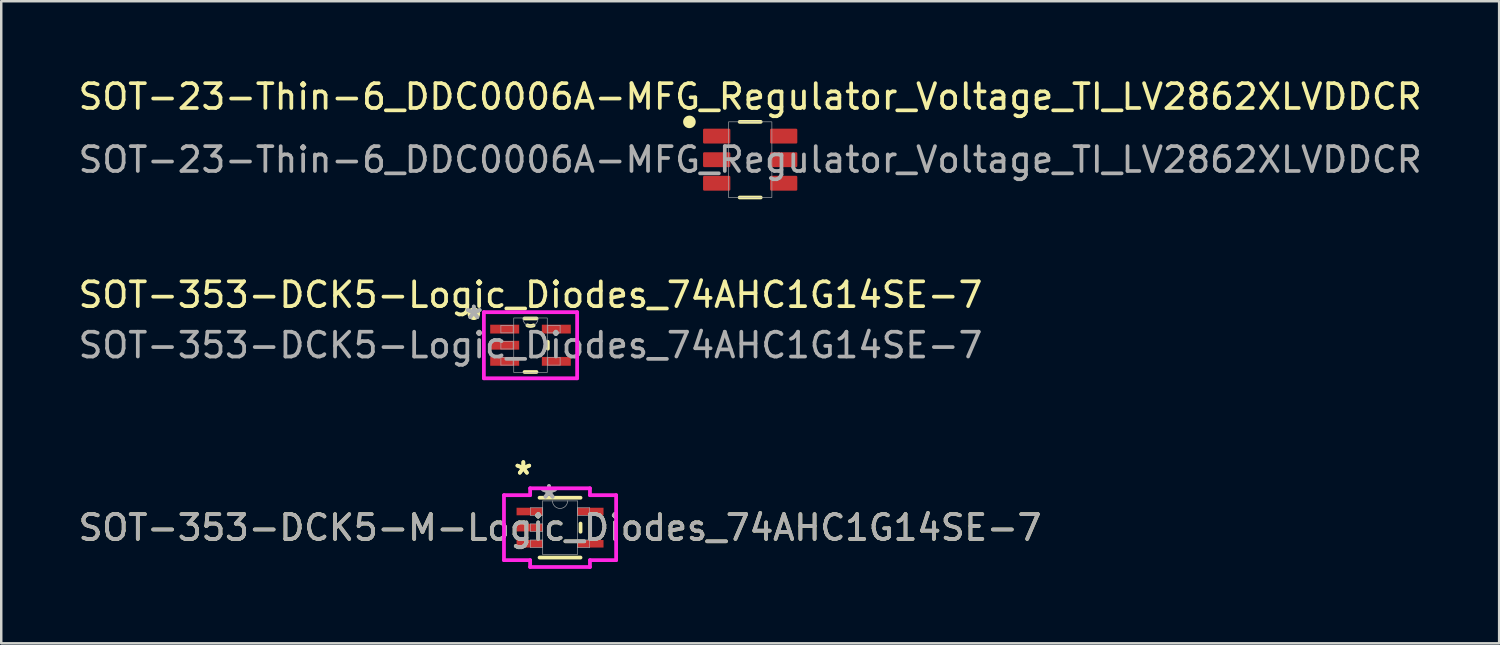
<source format=kicad_pcb>
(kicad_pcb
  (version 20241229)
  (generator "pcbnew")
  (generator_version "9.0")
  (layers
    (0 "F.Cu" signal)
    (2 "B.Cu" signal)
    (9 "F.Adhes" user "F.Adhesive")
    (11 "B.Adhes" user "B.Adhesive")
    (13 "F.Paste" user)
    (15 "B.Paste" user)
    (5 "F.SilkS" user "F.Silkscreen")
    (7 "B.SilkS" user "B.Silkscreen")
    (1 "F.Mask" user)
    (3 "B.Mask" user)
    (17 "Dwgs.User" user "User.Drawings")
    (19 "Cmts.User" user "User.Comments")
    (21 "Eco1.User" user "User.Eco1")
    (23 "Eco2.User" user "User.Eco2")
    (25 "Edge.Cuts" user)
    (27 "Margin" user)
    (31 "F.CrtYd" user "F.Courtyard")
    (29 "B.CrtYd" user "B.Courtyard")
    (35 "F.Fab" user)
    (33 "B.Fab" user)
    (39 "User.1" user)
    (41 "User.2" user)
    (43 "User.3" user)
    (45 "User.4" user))
  (footprint "SOT-353-DCK5-Logic_Diodes_74AHC1G14SE-7"
    (layer "F.Cu")
    (at 18.339 10.869)
    (property "Reference" "SOT-353-DCK5-Logic_Diodes_74AHC1G14SE-7" (at 0 -2.032 0) (unlocked yes) (layer "F.SilkS") (effects (font (size 1 1) (thickness 0.15))))
    (attr smd)
    (fp_line (start -0.24 1.079) (end 0.24 1.079) (stroke (width 0.152) (type solid)) (layer "F.SilkS"))
    (fp_line (start 0.24 -1.079) (end -0.24 -1.079) (stroke (width 0.152) (type solid)) (layer "F.SilkS"))
    (fp_line (start 0.699 0.139) (end 0.699 -0.139) (stroke (width 0.152) (type solid)) (layer "F.SilkS"))
    (fp_arc (start 0.12446 -0.801269) (mid 0 -0.7747) (end -0.12446 -0.801269) (stroke (width 0.1524) (type solid)) (layer "F.SilkS"))
    (fp_circle (center -2.286 -1.27) (end -2.032 -1.27) (stroke (width 0) (type solid)) (fill yes) (layer "F.SilkS"))
    (fp_line (start -1.88 -1.333) (end 1.88 -1.333) (stroke (width 0.152) (type solid)) (layer "F.CrtYd"))
    (fp_line (start -1.88 1.333) (end -1.88 -1.333) (stroke (width 0.152) (type solid)) (layer "F.CrtYd"))
    (fp_line (start 1.88 -1.333) (end 1.88 1.333) (stroke (width 0.152) (type solid)) (layer "F.CrtYd"))
    (fp_line (start 1.88 1.333) (end -1.88 1.333) (stroke (width 0.152) (type solid)) (layer "F.CrtYd"))
    (fp_line (start -1.194 -0.802) (end -1.194 -0.498) (stroke (width 0.025) (type solid)) (layer "F.Fab"))
    (fp_line (start -1.194 -0.498) (end -0.699 -0.498) (stroke (width 0.025) (type solid)) (layer "F.Fab"))
    (fp_line (start -1.194 -0.152) (end -1.194 0.152) (stroke (width 0.025) (type solid)) (layer "F.Fab"))
    (fp_line (start -1.194 0.152) (end -0.699 0.152) (stroke (width 0.025) (type solid)) (layer "F.Fab"))
    (fp_line (start -1.194 0.498) (end -1.194 0.802) (stroke (width 0.025) (type solid)) (layer "F.Fab"))
    (fp_line (start -1.194 0.802) (end -0.699 0.802) (stroke (width 0.025) (type solid)) (layer "F.Fab"))
    (fp_line (start -0.699 -0.802) (end -1.194 -0.802) (stroke (width 0.025) (type solid)) (layer "F.Fab"))
    (fp_line (start -0.699 -0.498) (end -0.699 -0.802) (stroke (width 0.025) (type solid)) (layer "F.Fab"))
    (fp_line (start -0.699 -0.152) (end -1.194 -0.152) (stroke (width 0.025) (type solid)) (layer "F.Fab"))
    (fp_line (start -0.699 0.152) (end -0.699 -0.152) (stroke (width 0.025) (type solid)) (layer "F.Fab"))
    (fp_line (start -0.699 0.498) (end -1.194 0.498) (stroke (width 0.025) (type solid)) (layer "F.Fab"))
    (fp_line (start -0.699 0.802) (end -0.699 0.498) (stroke (width 0.025) (type solid)) (layer "F.Fab"))
    (fp_line (start 0.699 -0.802) (end 0.699 -0.498) (stroke (width 0.025) (type solid)) (layer "F.Fab"))
    (fp_line (start 0.699 -0.498) (end 1.194 -0.498) (stroke (width 0.025) (type solid)) (layer "F.Fab"))
    (fp_line (start 0.699 0.498) (end 0.699 0.802) (stroke (width 0.025) (type solid)) (layer "F.Fab"))
    (fp_line (start 0.699 0.802) (end 1.194 0.802) (stroke (width 0.025) (type solid)) (layer "F.Fab"))
    (fp_line (start 1.194 -0.802) (end 0.699 -0.802) (stroke (width 0.025) (type solid)) (layer "F.Fab"))
    (fp_line (start 1.194 -0.498) (end 1.194 -0.802) (stroke (width 0.025) (type solid)) (layer "F.Fab"))
    (fp_line (start 1.194 0.498) (end 0.699 0.498) (stroke (width 0.025) (type solid)) (layer "F.Fab"))
    (fp_line (start 1.194 0.802) (end 1.194 0.498) (stroke (width 0.025) (type solid)) (layer "F.Fab"))
    (fp_rect (start -0.675 -1.1) (end 0.675 1.1) (stroke (width 0.025) (type solid)) (fill no) (layer "F.Fab"))
    (fp_arc (start 0.3048 -1.0795) (mid 0 -0.7747) (end -0.3048 -1.0795) (stroke (width 0.0254) (type solid)) (layer "F.Fab"))
    (fp_text user "*" (at -2.286 -1.016 0) (layer "F.Fab") (effects (font (size 1 1) (thickness 0.15))))
    (fp_text user "${REFERENCE}" (at 0 0 0) (unlocked yes) (layer "F.Fab") (effects (font (size 1 1) (thickness 0.15))))
    (fp_text user "*" (at -2.286 -1.016 0) (unlocked yes) (layer "F.Fab") (effects (font (size 1 1) (thickness 0.15))))
    (pad "" smd rect (at -1.041 -0.65) (size 0.993 0.302) (layers "F.Paste"))
    (pad "" smd rect (at -1.041 0) (size 0.993 0.302) (layers "F.Paste"))
    (pad "" smd rect (at -1.041 0.65) (size 0.993 0.302) (layers "F.Paste"))
    (pad "" smd rect (at 1.041 -0.65) (size 0.993 0.302) (layers "F.Paste"))
    (pad "" smd rect (at 1.041 0.65) (size 0.993 0.302) (layers "F.Paste"))
    (pad "1" smd rect (at -1.041 -0.65) (size 1.168 0.356) (layers "F.Cu" "F.Mask"))
    (pad "2" smd rect (at -1.041 0) (size 1.168 0.356) (layers "F.Cu" "F.Mask"))
    (pad "3" smd rect (at -1.041 0.65) (size 1.168 0.356) (layers "F.Cu" "F.Mask"))
    (pad "4" smd rect (at 1.041 0.65) (size 1.168 0.356) (layers "F.Cu" "F.Mask"))
    (pad "5" smd rect (at 1.041 -0.65) (size 1.168 0.356) (layers "F.Cu" "F.Mask")))
  (footprint "SOT-23-Thin-6_DDC0006A-MFG_Regulator_Voltage_TI_LV2862XLVDDCR"
    (layer "F.Cu")
    (at 27.196 3.388)
    (property "Reference" "SOT-23-Thin-6_DDC0006A-MFG_Regulator_Voltage_TI_LV2862XLVDDCR" (at 0 -2.54 0) (unlocked yes) (layer "F.SilkS") (effects (font (size 1 1) (thickness 0.15))))
    (attr smd)
    (fp_line (start -0.425 -1.525) (end 0.425 -1.525) (stroke (width 0.15) (type solid)) (layer "F.SilkS"))
    (fp_line (start -0.425 1.525) (end 0.425 1.525) (stroke (width 0.15) (type solid)) (layer "F.SilkS"))
    (fp_circle (center -2.45 -1.524) (end -2.196 -1.524) (stroke (width 0) (type solid)) (fill yes) (layer "F.SilkS"))
    (fp_rect (start -0.875 -1.525) (end 0.875 1.525) (stroke (width 0.025) (type solid)) (fill no) (layer "F.Fab"))
    (fp_text user "${REFERENCE}" (at 0 0 0) (unlocked yes) (layer "F.Fab") (effects (font (size 1 1) (thickness 0.15))))
    (pad "" smd roundrect (at -1.35 -0.95) (size 0.935 0.51) (layers "F.Paste") (roundrect_rratio 0.083))
    (pad "" smd roundrect (at -1.35 -0.95) (size 1.17 0.67) (layers "F.Mask") (roundrect_rratio 0.083))
    (pad "" smd roundrect (at -1.35 0) (size 0.935 0.51) (layers "F.Paste") (roundrect_rratio 0.083))
    (pad "" smd roundrect (at -1.35 0) (size 1.17 0.67) (layers "F.Mask") (roundrect_rratio 0.075))
    (pad "" smd roundrect (at -1.35 0.95) (size 0.935 0.51) (layers "F.Paste") (roundrect_rratio 0.083))
    (pad "" smd roundrect (at -1.35 0.95) (size 1.17 0.67) (layers "F.Mask") (roundrect_rratio 0.075))
    (pad "" smd roundrect (at 1.35 -0.95) (size 0.935 0.51) (layers "F.Paste") (roundrect_rratio 0.083))
    (pad "" smd roundrect (at 1.35 -0.95) (size 1.17 0.67) (layers "F.Mask") (roundrect_rratio 0.075))
    (pad "" smd roundrect (at 1.35 0) (size 0.935 0.51) (layers "F.Paste") (roundrect_rratio 0.083))
    (pad "" smd roundrect (at 1.35 0) (size 1.17 0.67) (layers "F.Mask") (roundrect_rratio 0.075))
    (pad "" smd roundrect (at 1.35 0.95) (size 0.935 0.51) (layers "F.Paste") (roundrect_rratio 0.083))
    (pad "" smd roundrect (at 1.35 0.95) (size 1.17 0.67) (layers "F.Mask") (roundrect_rratio 0.075))
    (pad "1" smd roundrect (at -1.35 -0.95) (size 1.1 0.6) (layers "F.Cu") (roundrect_rratio 0.083))
    (pad "2" smd roundrect (at -1.35 0) (size 1.1 0.6) (layers "F.Cu") (roundrect_rratio 0.083))
    (pad "3" smd roundrect (at -1.35 0.95) (size 1.1 0.6) (layers "F.Cu") (roundrect_rratio 0.083))
    (pad "4" smd roundrect (at 1.35 0.95) (size 1.1 0.6) (layers "F.Cu") (roundrect_rratio 0.083))
    (pad "5" smd roundrect (at 1.35 0) (size 1.1 0.6) (layers "F.Cu") (roundrect_rratio 0.083))
    (pad "6" smd roundrect (at 1.35 -0.95) (size 1.1 0.6) (layers "F.Cu") (roundrect_rratio 0.083)))
  (footprint "SOT-353-DCK5-M-Logic_Diodes_74AHC1G14SE-7"
    (layer "F.Cu")
    (at 19.53 18.224)
    (property "Reference" "SOT-353-DCK5-M-Logic_Diodes_74AHC1G14SE-7" (at 0 0 0) (unlocked yes) (layer "F.SilkS") (effects (font (size 1 1) (thickness 0.15))))
    (attr smd)
    (fp_line (start -0.826 1.206) (end 0.826 1.206) (stroke (width 0.152) (type solid)) (layer "F.SilkS"))
    (fp_line (start 0.826 -1.206) (end -0.826 -1.206) (stroke (width 0.152) (type solid)) (layer "F.SilkS"))
    (fp_line (start 0.826 0.165) (end 0.826 -0.165) (stroke (width 0.152) (type solid)) (layer "F.SilkS"))
    (fp_line (start -2.261 -1.31) (end -1.206 -1.31) (stroke (width 0.152) (type solid)) (layer "F.CrtYd"))
    (fp_line (start -2.261 1.31) (end -2.261 -1.31) (stroke (width 0.152) (type solid)) (layer "F.CrtYd"))
    (fp_line (start -1.206 -1.587) (end 1.206 -1.587) (stroke (width 0.152) (type solid)) (layer "F.CrtYd"))
    (fp_line (start -1.206 -1.31) (end -1.206 -1.587) (stroke (width 0.152) (type solid)) (layer "F.CrtYd"))
    (fp_line (start -1.206 1.31) (end -2.261 1.31) (stroke (width 0.152) (type solid)) (layer "F.CrtYd"))
    (fp_line (start -1.206 1.587) (end -1.206 1.31) (stroke (width 0.152) (type solid)) (layer "F.CrtYd"))
    (fp_line (start 1.206 -1.587) (end 1.206 -1.31) (stroke (width 0.152) (type solid)) (layer "F.CrtYd"))
    (fp_line (start 1.206 -1.31) (end 2.261 -1.31) (stroke (width 0.152) (type solid)) (layer "F.CrtYd"))
    (fp_line (start 1.206 1.31) (end 1.206 1.587) (stroke (width 0.152) (type solid)) (layer "F.CrtYd"))
    (fp_line (start 1.206 1.587) (end -1.206 1.587) (stroke (width 0.152) (type solid)) (layer "F.CrtYd"))
    (fp_line (start 2.261 -1.31) (end 2.261 1.31) (stroke (width 0.152) (type solid)) (layer "F.CrtYd"))
    (fp_line (start 2.261 1.31) (end 1.206 1.31) (stroke (width 0.152) (type solid)) (layer "F.CrtYd"))
    (fp_line (start -1.194 -0.802) (end -1.194 -0.498) (stroke (width 0.025) (type solid)) (layer "F.Fab"))
    (fp_line (start -1.194 -0.498) (end -0.699 -0.498) (stroke (width 0.025) (type solid)) (layer "F.Fab"))
    (fp_line (start -1.194 -0.152) (end -1.194 0.152) (stroke (width 0.025) (type solid)) (layer "F.Fab"))
    (fp_line (start -1.194 0.152) (end -0.699 0.152) (stroke (width 0.025) (type solid)) (layer "F.Fab"))
    (fp_line (start -1.194 0.498) (end -1.194 0.802) (stroke (width 0.025) (type solid)) (layer "F.Fab"))
    (fp_line (start -1.194 0.802) (end -0.699 0.802) (stroke (width 0.025) (type solid)) (layer "F.Fab"))
    (fp_line (start -0.699 -1.079) (end -0.699 1.079) (stroke (width 0.025) (type solid)) (layer "F.Fab"))
    (fp_line (start -0.699 -0.802) (end -1.194 -0.802) (stroke (width 0.025) (type solid)) (layer "F.Fab"))
    (fp_line (start -0.699 -0.498) (end -0.699 -0.802) (stroke (width 0.025) (type solid)) (layer "F.Fab"))
    (fp_line (start -0.699 -0.152) (end -1.194 -0.152) (stroke (width 0.025) (type solid)) (layer "F.Fab"))
    (fp_line (start -0.699 0.152) (end -0.699 -0.152) (stroke (width 0.025) (type solid)) (layer "F.Fab"))
    (fp_line (start -0.699 0.498) (end -1.194 0.498) (stroke (width 0.025) (type solid)) (layer "F.Fab"))
    (fp_line (start -0.699 0.802) (end -0.699 0.498) (stroke (width 0.025) (type solid)) (layer "F.Fab"))
    (fp_line (start -0.699 1.079) (end 0.699 1.079) (stroke (width 0.025) (type solid)) (layer "F.Fab"))
    (fp_line (start 0.699 -1.079) (end -0.699 -1.079) (stroke (width 0.025) (type solid)) (layer "F.Fab"))
    (fp_line (start 0.699 -0.802) (end 0.699 -0.498) (stroke (width 0.025) (type solid)) (layer "F.Fab"))
    (fp_line (start 0.699 -0.498) (end 1.194 -0.498) (stroke (width 0.025) (type solid)) (layer "F.Fab"))
    (fp_line (start 0.699 0.498) (end 0.699 0.802) (stroke (width 0.025) (type solid)) (layer "F.Fab"))
    (fp_line (start 0.699 0.802) (end 1.194 0.802) (stroke (width 0.025) (type solid)) (layer "F.Fab"))
    (fp_line (start 0.699 1.079) (end 0.699 -1.079) (stroke (width 0.025) (type solid)) (layer "F.Fab"))
    (fp_line (start 1.194 -0.802) (end 0.699 -0.802) (stroke (width 0.025) (type solid)) (layer "F.Fab"))
    (fp_line (start 1.194 -0.498) (end 1.194 -0.802) (stroke (width 0.025) (type solid)) (layer "F.Fab"))
    (fp_line (start 1.194 0.498) (end 0.699 0.498) (stroke (width 0.025) (type solid)) (layer "F.Fab"))
    (fp_line (start 1.194 0.802) (end 1.194 0.498) (stroke (width 0.025) (type solid)) (layer "F.Fab"))
    (fp_arc (start 0.3048 -1.0795) (mid 0 -0.7747) (end -0.3048 -1.0795) (stroke (width 0.0254) (type solid)) (layer "F.Fab"))
    (fp_text user "*" (at -1.48 -2.098 0) (layer "F.SilkS") (effects (font (size 1 1) (thickness 0.15))))
    (fp_text user "*" (at -1.48 -2.098 0) (unlocked yes) (layer "F.SilkS") (effects (font (size 1 1) (thickness 0.15))))
    (fp_text user "*" (at -0.445 -1.133 0) (layer "F.Fab") (effects (font (size 1 1) (thickness 0.15))))
    (fp_text user "*" (at -0.445 -1.133 0) (unlocked yes) (layer "F.Fab") (effects (font (size 1 1) (thickness 0.15))))
    (fp_text user "${REFERENCE}" (at 0 0 0) (unlocked yes) (layer "F.Fab") (effects (font (size 1 1) (thickness 0.15))))
    (pad "1" smd rect (at -1.226 -0.65) (size 1.054 0.305) (layers "F.Cu" "F.Mask" "F.Paste"))
    (pad "2" smd rect (at -1.226 0) (size 1.054 0.305) (layers "F.Cu" "F.Mask" "F.Paste"))
    (pad "3" smd rect (at -1.226 0.65) (size 1.054 0.305) (layers "F.Cu" "F.Mask" "F.Paste"))
    (pad "4" smd rect (at 1.226 0.65) (size 1.054 0.305) (layers "F.Cu" "F.Mask" "F.Paste"))
    (pad "5" smd rect (at 1.226 -0.65) (size 1.054 0.305) (layers "F.Cu" "F.Mask" "F.Paste")))
  (gr_rect
    (start -3 -3)
    (end 57.393 22.888)
    (stroke (width 0.1) (type default))
    (fill no)
    (layer "Edge.Cuts")))
</source>
